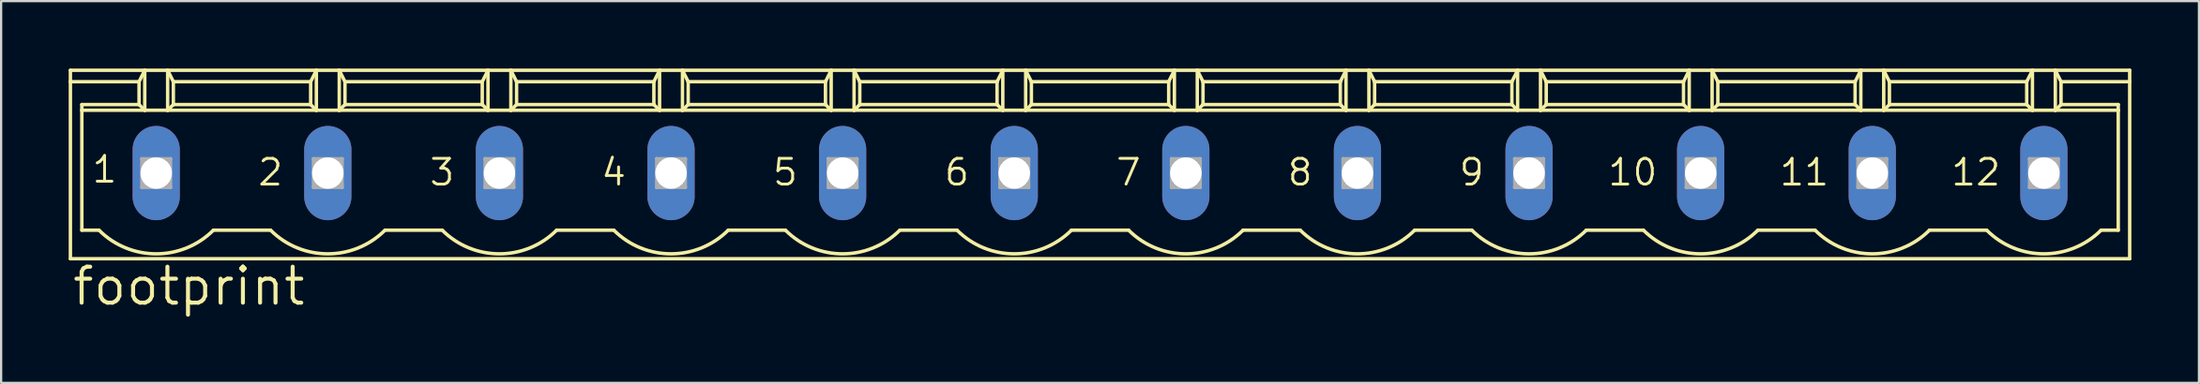
<source format=kicad_pcb>
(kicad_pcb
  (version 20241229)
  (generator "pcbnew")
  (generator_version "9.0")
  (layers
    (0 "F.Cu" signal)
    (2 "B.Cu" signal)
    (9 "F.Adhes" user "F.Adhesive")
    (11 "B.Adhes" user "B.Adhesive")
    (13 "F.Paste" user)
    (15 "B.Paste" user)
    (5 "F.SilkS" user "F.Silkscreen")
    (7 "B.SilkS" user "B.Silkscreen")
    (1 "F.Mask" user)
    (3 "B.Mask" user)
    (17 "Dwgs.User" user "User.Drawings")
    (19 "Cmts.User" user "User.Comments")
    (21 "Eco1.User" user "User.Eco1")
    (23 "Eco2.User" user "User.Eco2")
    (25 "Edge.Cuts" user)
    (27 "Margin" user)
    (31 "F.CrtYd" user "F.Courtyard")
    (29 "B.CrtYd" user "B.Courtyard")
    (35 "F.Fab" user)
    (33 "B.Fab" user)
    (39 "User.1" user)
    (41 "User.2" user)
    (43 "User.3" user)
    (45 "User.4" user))
  (footprint "footprint"
    (layer "F.Cu")
    (at 45.796 4.648)
    (property "Reference" "footprint" (at -45.72 5.969 0) (layer "F.SilkS") (effects (font (size 1.6 1.6) (thickness 0.178)) (justify left bottom)))
    (fp_line (start -45.72 -4.572) (end -42.418 -4.572) (stroke (width 0.152) (type solid)) (layer "F.SilkS"))
    (fp_line (start -45.72 -4.064) (end -45.72 -4.572) (stroke (width 0.152) (type solid)) (layer "F.SilkS"))
    (fp_line (start -45.72 -4.064) (end -42.672 -4.064) (stroke (width 0.152) (type solid)) (layer "F.SilkS"))
    (fp_line (start -45.72 3.81) (end -45.72 -4.064) (stroke (width 0.152) (type solid)) (layer "F.SilkS"))
    (fp_line (start -45.212 -3.048) (end -42.672 -3.048) (stroke (width 0.152) (type solid)) (layer "F.SilkS"))
    (fp_line (start -45.212 -2.794) (end -45.212 -3.048) (stroke (width 0.152) (type solid)) (layer "F.SilkS"))
    (fp_line (start -45.212 -2.794) (end -42.418 -2.794) (stroke (width 0.152) (type solid)) (layer "F.SilkS"))
    (fp_line (start -45.212 2.54) (end -45.212 -2.794) (stroke (width 0.152) (type solid)) (layer "F.SilkS"))
    (fp_line (start -44.45 2.54) (end -45.212 2.54) (stroke (width 0.152) (type solid)) (layer "F.SilkS"))
    (fp_line (start -42.672 -4.064) (end -42.418 -4.572) (stroke (width 0.152) (type solid)) (layer "F.SilkS"))
    (fp_line (start -42.672 -3.048) (end -42.672 -4.064) (stroke (width 0.152) (type solid)) (layer "F.SilkS"))
    (fp_line (start -42.672 -3.048) (end -42.418 -2.794) (stroke (width 0.152) (type solid)) (layer "F.SilkS"))
    (fp_line (start -42.418 -4.572) (end -41.402 -4.572) (stroke (width 0.152) (type solid)) (layer "F.SilkS"))
    (fp_line (start -42.418 -2.794) (end -42.418 -4.572) (stroke (width 0.152) (type solid)) (layer "F.SilkS"))
    (fp_line (start -42.418 -2.794) (end -41.402 -2.794) (stroke (width 0.152) (type solid)) (layer "F.SilkS"))
    (fp_line (start -41.402 -4.572) (end -41.148 -4.064) (stroke (width 0.152) (type solid)) (layer "F.SilkS"))
    (fp_line (start -41.402 -4.572) (end -34.798 -4.572) (stroke (width 0.152) (type solid)) (layer "F.SilkS"))
    (fp_line (start -41.402 -2.794) (end -41.402 -4.572) (stroke (width 0.152) (type solid)) (layer "F.SilkS"))
    (fp_line (start -41.402 -2.794) (end -34.798 -2.794) (stroke (width 0.152) (type solid)) (layer "F.SilkS"))
    (fp_line (start -41.148 -4.064) (end -41.148 -3.048) (stroke (width 0.152) (type solid)) (layer "F.SilkS"))
    (fp_line (start -41.148 -4.064) (end -35.052 -4.064) (stroke (width 0.152) (type solid)) (layer "F.SilkS"))
    (fp_line (start -41.148 -3.048) (end -41.402 -2.794) (stroke (width 0.152) (type solid)) (layer "F.SilkS"))
    (fp_line (start -36.83 2.54) (end -39.37 2.54) (stroke (width 0.152) (type solid)) (layer "F.SilkS"))
    (fp_line (start -35.052 -4.064) (end -35.052 -3.048) (stroke (width 0.152) (type solid)) (layer "F.SilkS"))
    (fp_line (start -35.052 -4.064) (end -34.798 -4.572) (stroke (width 0.152) (type solid)) (layer "F.SilkS"))
    (fp_line (start -35.052 -3.048) (end -41.148 -3.048) (stroke (width 0.152) (type solid)) (layer "F.SilkS"))
    (fp_line (start -35.052 -3.048) (end -34.798 -2.794) (stroke (width 0.152) (type solid)) (layer "F.SilkS"))
    (fp_line (start -34.798 -4.572) (end -33.782 -4.572) (stroke (width 0.152) (type solid)) (layer "F.SilkS"))
    (fp_line (start -34.798 -2.794) (end -34.798 -4.572) (stroke (width 0.152) (type solid)) (layer "F.SilkS"))
    (fp_line (start -34.798 -2.794) (end -33.782 -2.794) (stroke (width 0.152) (type solid)) (layer "F.SilkS"))
    (fp_line (start -33.782 -4.572) (end -33.528 -4.064) (stroke (width 0.152) (type solid)) (layer "F.SilkS"))
    (fp_line (start -33.782 -4.572) (end -27.178 -4.572) (stroke (width 0.152) (type solid)) (layer "F.SilkS"))
    (fp_line (start -33.782 -2.794) (end -33.782 -4.572) (stroke (width 0.152) (type solid)) (layer "F.SilkS"))
    (fp_line (start -33.782 -2.794) (end -27.178 -2.794) (stroke (width 0.152) (type solid)) (layer "F.SilkS"))
    (fp_line (start -33.528 -4.064) (end -33.528 -3.048) (stroke (width 0.152) (type solid)) (layer "F.SilkS"))
    (fp_line (start -33.528 -4.064) (end -27.432 -4.064) (stroke (width 0.152) (type solid)) (layer "F.SilkS"))
    (fp_line (start -33.528 -3.048) (end -33.782 -2.794) (stroke (width 0.152) (type solid)) (layer "F.SilkS"))
    (fp_line (start -33.528 -3.048) (end -27.432 -3.048) (stroke (width 0.152) (type solid)) (layer "F.SilkS"))
    (fp_line (start -29.21 2.54) (end -31.75 2.54) (stroke (width 0.152) (type solid)) (layer "F.SilkS"))
    (fp_line (start -27.432 -4.064) (end -27.178 -4.572) (stroke (width 0.152) (type solid)) (layer "F.SilkS"))
    (fp_line (start -27.432 -3.048) (end -27.432 -4.064) (stroke (width 0.152) (type solid)) (layer "F.SilkS"))
    (fp_line (start -27.432 -3.048) (end -27.178 -2.794) (stroke (width 0.152) (type solid)) (layer "F.SilkS"))
    (fp_line (start -27.178 -4.572) (end -26.162 -4.572) (stroke (width 0.152) (type solid)) (layer "F.SilkS"))
    (fp_line (start -27.178 -2.794) (end -27.178 -4.572) (stroke (width 0.152) (type solid)) (layer "F.SilkS"))
    (fp_line (start -27.178 -2.794) (end -26.162 -2.794) (stroke (width 0.152) (type solid)) (layer "F.SilkS"))
    (fp_line (start -26.162 -4.572) (end -25.908 -4.064) (stroke (width 0.152) (type solid)) (layer "F.SilkS"))
    (fp_line (start -26.162 -4.572) (end -19.558 -4.572) (stroke (width 0.152) (type solid)) (layer "F.SilkS"))
    (fp_line (start -26.162 -2.794) (end -26.162 -4.572) (stroke (width 0.152) (type solid)) (layer "F.SilkS"))
    (fp_line (start -26.162 -2.794) (end -19.558 -2.794) (stroke (width 0.152) (type solid)) (layer "F.SilkS"))
    (fp_line (start -25.908 -4.064) (end -25.908 -3.048) (stroke (width 0.152) (type solid)) (layer "F.SilkS"))
    (fp_line (start -25.908 -4.064) (end -19.812 -4.064) (stroke (width 0.152) (type solid)) (layer "F.SilkS"))
    (fp_line (start -25.908 -3.048) (end -26.162 -2.794) (stroke (width 0.152) (type solid)) (layer "F.SilkS"))
    (fp_line (start -21.59 2.54) (end -24.13 2.54) (stroke (width 0.152) (type solid)) (layer "F.SilkS"))
    (fp_line (start -19.812 -4.064) (end -19.812 -3.048) (stroke (width 0.152) (type solid)) (layer "F.SilkS"))
    (fp_line (start -19.812 -4.064) (end -19.558 -4.572) (stroke (width 0.152) (type solid)) (layer "F.SilkS"))
    (fp_line (start -19.812 -3.048) (end -25.908 -3.048) (stroke (width 0.152) (type solid)) (layer "F.SilkS"))
    (fp_line (start -19.812 -3.048) (end -19.558 -2.794) (stroke (width 0.152) (type solid)) (layer "F.SilkS"))
    (fp_line (start -19.558 -4.572) (end -18.542 -4.572) (stroke (width 0.152) (type solid)) (layer "F.SilkS"))
    (fp_line (start -19.558 -2.794) (end -19.558 -4.572) (stroke (width 0.152) (type solid)) (layer "F.SilkS"))
    (fp_line (start -19.558 -2.794) (end -18.542 -2.794) (stroke (width 0.152) (type solid)) (layer "F.SilkS"))
    (fp_line (start -18.542 -4.572) (end -18.288 -4.064) (stroke (width 0.152) (type solid)) (layer "F.SilkS"))
    (fp_line (start -18.542 -4.572) (end -11.938 -4.572) (stroke (width 0.152) (type solid)) (layer "F.SilkS"))
    (fp_line (start -18.542 -2.794) (end -18.542 -4.572) (stroke (width 0.152) (type solid)) (layer "F.SilkS"))
    (fp_line (start -18.542 -2.794) (end -11.938 -2.794) (stroke (width 0.152) (type solid)) (layer "F.SilkS"))
    (fp_line (start -18.288 -4.064) (end -18.288 -3.048) (stroke (width 0.152) (type solid)) (layer "F.SilkS"))
    (fp_line (start -18.288 -4.064) (end -12.192 -4.064) (stroke (width 0.152) (type solid)) (layer "F.SilkS"))
    (fp_line (start -18.288 -3.048) (end -18.542 -2.794) (stroke (width 0.152) (type solid)) (layer "F.SilkS"))
    (fp_line (start -18.288 -3.048) (end -12.192 -3.048) (stroke (width 0.152) (type solid)) (layer "F.SilkS"))
    (fp_line (start -13.97 2.54) (end -16.51 2.54) (stroke (width 0.152) (type solid)) (layer "F.SilkS"))
    (fp_line (start -12.192 -4.064) (end -12.192 -3.048) (stroke (width 0.152) (type solid)) (layer "F.SilkS"))
    (fp_line (start -12.192 -4.064) (end -11.938 -4.572) (stroke (width 0.152) (type solid)) (layer "F.SilkS"))
    (fp_line (start -12.192 -3.048) (end -11.938 -2.794) (stroke (width 0.152) (type solid)) (layer "F.SilkS"))
    (fp_line (start -11.938 -4.572) (end -10.922 -4.572) (stroke (width 0.152) (type solid)) (layer "F.SilkS"))
    (fp_line (start -11.938 -2.794) (end -11.938 -4.572) (stroke (width 0.152) (type solid)) (layer "F.SilkS"))
    (fp_line (start -11.938 -2.794) (end -10.922 -2.794) (stroke (width 0.152) (type solid)) (layer "F.SilkS"))
    (fp_line (start -10.922 -4.572) (end -10.668 -4.064) (stroke (width 0.152) (type solid)) (layer "F.SilkS"))
    (fp_line (start -10.922 -4.572) (end -4.318 -4.572) (stroke (width 0.152) (type solid)) (layer "F.SilkS"))
    (fp_line (start -10.922 -2.794) (end -10.922 -4.572) (stroke (width 0.152) (type solid)) (layer "F.SilkS"))
    (fp_line (start -10.922 -2.794) (end -4.318 -2.794) (stroke (width 0.152) (type solid)) (layer "F.SilkS"))
    (fp_line (start -10.668 -4.064) (end -10.668 -3.048) (stroke (width 0.152) (type solid)) (layer "F.SilkS"))
    (fp_line (start -10.668 -4.064) (end -4.572 -4.064) (stroke (width 0.152) (type solid)) (layer "F.SilkS"))
    (fp_line (start -10.668 -3.048) (end -10.922 -2.794) (stroke (width 0.152) (type solid)) (layer "F.SilkS"))
    (fp_line (start -10.668 -3.048) (end -4.572 -3.048) (stroke (width 0.152) (type solid)) (layer "F.SilkS"))
    (fp_line (start -6.35 2.54) (end -8.89 2.54) (stroke (width 0.152) (type solid)) (layer "F.SilkS"))
    (fp_line (start -4.572 -4.064) (end -4.572 -3.048) (stroke (width 0.152) (type solid)) (layer "F.SilkS"))
    (fp_line (start -4.572 -4.064) (end -4.318 -4.572) (stroke (width 0.152) (type solid)) (layer "F.SilkS"))
    (fp_line (start -4.572 -3.048) (end -4.318 -2.794) (stroke (width 0.152) (type solid)) (layer "F.SilkS"))
    (fp_line (start -4.318 -4.572) (end -3.302 -4.572) (stroke (width 0.152) (type solid)) (layer "F.SilkS"))
    (fp_line (start -4.318 -2.794) (end -4.318 -4.572) (stroke (width 0.152) (type solid)) (layer "F.SilkS"))
    (fp_line (start -4.318 -2.794) (end -3.302 -2.794) (stroke (width 0.152) (type solid)) (layer "F.SilkS"))
    (fp_line (start -3.302 -4.572) (end -3.048 -4.064) (stroke (width 0.152) (type solid)) (layer "F.SilkS"))
    (fp_line (start -3.302 -4.572) (end 3.302 -4.572) (stroke (width 0.152) (type solid)) (layer "F.SilkS"))
    (fp_line (start -3.302 -2.794) (end -3.302 -4.572) (stroke (width 0.152) (type solid)) (layer "F.SilkS"))
    (fp_line (start -3.302 -2.794) (end 3.302 -2.794) (stroke (width 0.152) (type solid)) (layer "F.SilkS"))
    (fp_line (start -3.048 -4.064) (end -3.048 -3.048) (stroke (width 0.152) (type solid)) (layer "F.SilkS"))
    (fp_line (start -3.048 -4.064) (end 3.048 -4.064) (stroke (width 0.152) (type solid)) (layer "F.SilkS"))
    (fp_line (start -3.048 -3.048) (end -3.302 -2.794) (stroke (width 0.152) (type solid)) (layer "F.SilkS"))
    (fp_line (start -3.048 -3.048) (end 3.048 -3.048) (stroke (width 0.152) (type solid)) (layer "F.SilkS"))
    (fp_line (start 1.27 2.54) (end -1.27 2.54) (stroke (width 0.152) (type solid)) (layer "F.SilkS"))
    (fp_line (start 3.048 -4.064) (end 3.048 -3.048) (stroke (width 0.152) (type solid)) (layer "F.SilkS"))
    (fp_line (start 3.048 -4.064) (end 3.302 -4.572) (stroke (width 0.152) (type solid)) (layer "F.SilkS"))
    (fp_line (start 3.048 -3.048) (end 3.302 -2.794) (stroke (width 0.152) (type solid)) (layer "F.SilkS"))
    (fp_line (start 3.302 -4.572) (end 4.318 -4.572) (stroke (width 0.152) (type solid)) (layer "F.SilkS"))
    (fp_line (start 3.302 -2.794) (end 3.302 -4.572) (stroke (width 0.152) (type solid)) (layer "F.SilkS"))
    (fp_line (start 3.302 -2.794) (end 4.318 -2.794) (stroke (width 0.152) (type solid)) (layer "F.SilkS"))
    (fp_line (start 4.318 -4.572) (end 4.572 -4.064) (stroke (width 0.152) (type solid)) (layer "F.SilkS"))
    (fp_line (start 4.318 -4.572) (end 10.922 -4.572) (stroke (width 0.152) (type solid)) (layer "F.SilkS"))
    (fp_line (start 4.318 -2.794) (end 4.318 -4.572) (stroke (width 0.152) (type solid)) (layer "F.SilkS"))
    (fp_line (start 4.318 -2.794) (end 10.922 -2.794) (stroke (width 0.152) (type solid)) (layer "F.SilkS"))
    (fp_line (start 4.572 -4.064) (end 4.572 -3.048) (stroke (width 0.152) (type solid)) (layer "F.SilkS"))
    (fp_line (start 4.572 -4.064) (end 10.668 -4.064) (stroke (width 0.152) (type solid)) (layer "F.SilkS"))
    (fp_line (start 4.572 -3.048) (end 4.318 -2.794) (stroke (width 0.152) (type solid)) (layer "F.SilkS"))
    (fp_line (start 4.572 -3.048) (end 10.668 -3.048) (stroke (width 0.152) (type solid)) (layer "F.SilkS"))
    (fp_line (start 8.89 2.54) (end 6.35 2.54) (stroke (width 0.152) (type solid)) (layer "F.SilkS"))
    (fp_line (start 10.668 -4.064) (end 10.668 -3.048) (stroke (width 0.152) (type solid)) (layer "F.SilkS"))
    (fp_line (start 10.668 -4.064) (end 10.922 -4.572) (stroke (width 0.152) (type solid)) (layer "F.SilkS"))
    (fp_line (start 10.668 -3.048) (end 10.922 -2.794) (stroke (width 0.152) (type solid)) (layer "F.SilkS"))
    (fp_line (start 10.922 -4.572) (end 11.938 -4.572) (stroke (width 0.152) (type solid)) (layer "F.SilkS"))
    (fp_line (start 10.922 -2.794) (end 10.922 -4.572) (stroke (width 0.152) (type solid)) (layer "F.SilkS"))
    (fp_line (start 10.922 -2.794) (end 11.938 -2.794) (stroke (width 0.152) (type solid)) (layer "F.SilkS"))
    (fp_line (start 11.938 -4.572) (end 12.192 -4.064) (stroke (width 0.152) (type solid)) (layer "F.SilkS"))
    (fp_line (start 11.938 -4.572) (end 18.542 -4.572) (stroke (width 0.152) (type solid)) (layer "F.SilkS"))
    (fp_line (start 11.938 -2.794) (end 11.938 -4.572) (stroke (width 0.152) (type solid)) (layer "F.SilkS"))
    (fp_line (start 11.938 -2.794) (end 18.542 -2.794) (stroke (width 0.152) (type solid)) (layer "F.SilkS"))
    (fp_line (start 12.192 -4.064) (end 12.192 -3.048) (stroke (width 0.152) (type solid)) (layer "F.SilkS"))
    (fp_line (start 12.192 -4.064) (end 18.288 -4.064) (stroke (width 0.152) (type solid)) (layer "F.SilkS"))
    (fp_line (start 12.192 -3.048) (end 11.938 -2.794) (stroke (width 0.152) (type solid)) (layer "F.SilkS"))
    (fp_line (start 12.192 -3.048) (end 18.288 -3.048) (stroke (width 0.152) (type solid)) (layer "F.SilkS"))
    (fp_line (start 16.51 2.54) (end 13.97 2.54) (stroke (width 0.152) (type solid)) (layer "F.SilkS"))
    (fp_line (start 18.288 -4.064) (end 18.288 -3.048) (stroke (width 0.152) (type solid)) (layer "F.SilkS"))
    (fp_line (start 18.288 -4.064) (end 18.542 -4.572) (stroke (width 0.152) (type solid)) (layer "F.SilkS"))
    (fp_line (start 18.288 -3.048) (end 18.542 -2.794) (stroke (width 0.152) (type solid)) (layer "F.SilkS"))
    (fp_line (start 18.542 -4.572) (end 19.558 -4.572) (stroke (width 0.152) (type solid)) (layer "F.SilkS"))
    (fp_line (start 18.542 -2.794) (end 18.542 -4.572) (stroke (width 0.152) (type solid)) (layer "F.SilkS"))
    (fp_line (start 18.542 -2.794) (end 19.558 -2.794) (stroke (width 0.152) (type solid)) (layer "F.SilkS"))
    (fp_line (start 19.558 -4.572) (end 19.812 -4.064) (stroke (width 0.152) (type solid)) (layer "F.SilkS"))
    (fp_line (start 19.558 -4.572) (end 26.162 -4.572) (stroke (width 0.152) (type solid)) (layer "F.SilkS"))
    (fp_line (start 19.558 -2.794) (end 19.558 -4.572) (stroke (width 0.152) (type solid)) (layer "F.SilkS"))
    (fp_line (start 19.558 -2.794) (end 26.162 -2.794) (stroke (width 0.152) (type solid)) (layer "F.SilkS"))
    (fp_line (start 19.812 -4.064) (end 19.812 -3.048) (stroke (width 0.152) (type solid)) (layer "F.SilkS"))
    (fp_line (start 19.812 -4.064) (end 25.908 -4.064) (stroke (width 0.152) (type solid)) (layer "F.SilkS"))
    (fp_line (start 19.812 -3.048) (end 19.558 -2.794) (stroke (width 0.152) (type solid)) (layer "F.SilkS"))
    (fp_line (start 19.812 -3.048) (end 25.908 -3.048) (stroke (width 0.152) (type solid)) (layer "F.SilkS"))
    (fp_line (start 24.13 2.54) (end 21.59 2.54) (stroke (width 0.152) (type solid)) (layer "F.SilkS"))
    (fp_line (start 25.908 -4.064) (end 25.908 -3.048) (stroke (width 0.152) (type solid)) (layer "F.SilkS"))
    (fp_line (start 25.908 -4.064) (end 26.162 -4.572) (stroke (width 0.152) (type solid)) (layer "F.SilkS"))
    (fp_line (start 25.908 -3.048) (end 26.162 -2.794) (stroke (width 0.152) (type solid)) (layer "F.SilkS"))
    (fp_line (start 26.162 -4.572) (end 27.178 -4.572) (stroke (width 0.152) (type solid)) (layer "F.SilkS"))
    (fp_line (start 26.162 -2.794) (end 26.162 -4.572) (stroke (width 0.152) (type solid)) (layer "F.SilkS"))
    (fp_line (start 26.162 -2.794) (end 27.178 -2.794) (stroke (width 0.152) (type solid)) (layer "F.SilkS"))
    (fp_line (start 27.178 -4.572) (end 27.432 -4.064) (stroke (width 0.152) (type solid)) (layer "F.SilkS"))
    (fp_line (start 27.178 -4.572) (end 33.782 -4.572) (stroke (width 0.152) (type solid)) (layer "F.SilkS"))
    (fp_line (start 27.178 -2.794) (end 27.178 -4.572) (stroke (width 0.152) (type solid)) (layer "F.SilkS"))
    (fp_line (start 27.178 -2.794) (end 33.782 -2.794) (stroke (width 0.152) (type solid)) (layer "F.SilkS"))
    (fp_line (start 27.432 -4.064) (end 27.432 -3.048) (stroke (width 0.152) (type solid)) (layer "F.SilkS"))
    (fp_line (start 27.432 -4.064) (end 33.528 -4.064) (stroke (width 0.152) (type solid)) (layer "F.SilkS"))
    (fp_line (start 27.432 -3.048) (end 27.178 -2.794) (stroke (width 0.152) (type solid)) (layer "F.SilkS"))
    (fp_line (start 27.432 -3.048) (end 33.528 -3.048) (stroke (width 0.152) (type solid)) (layer "F.SilkS"))
    (fp_line (start 31.75 2.54) (end 29.21 2.54) (stroke (width 0.152) (type solid)) (layer "F.SilkS"))
    (fp_line (start 33.528 -4.064) (end 33.528 -3.048) (stroke (width 0.152) (type solid)) (layer "F.SilkS"))
    (fp_line (start 33.528 -4.064) (end 33.782 -4.572) (stroke (width 0.152) (type solid)) (layer "F.SilkS"))
    (fp_line (start 33.528 -3.048) (end 33.782 -2.794) (stroke (width 0.152) (type solid)) (layer "F.SilkS"))
    (fp_line (start 33.782 -4.572) (end 34.798 -4.572) (stroke (width 0.152) (type solid)) (layer "F.SilkS"))
    (fp_line (start 33.782 -2.794) (end 33.782 -4.572) (stroke (width 0.152) (type solid)) (layer "F.SilkS"))
    (fp_line (start 33.782 -2.794) (end 34.798 -2.794) (stroke (width 0.152) (type solid)) (layer "F.SilkS"))
    (fp_line (start 34.798 -4.572) (end 35.052 -4.064) (stroke (width 0.152) (type solid)) (layer "F.SilkS"))
    (fp_line (start 34.798 -4.572) (end 41.402 -4.572) (stroke (width 0.152) (type solid)) (layer "F.SilkS"))
    (fp_line (start 34.798 -2.794) (end 34.798 -4.572) (stroke (width 0.152) (type solid)) (layer "F.SilkS"))
    (fp_line (start 34.798 -2.794) (end 41.402 -2.794) (stroke (width 0.152) (type solid)) (layer "F.SilkS"))
    (fp_line (start 35.052 -4.064) (end 35.052 -3.048) (stroke (width 0.152) (type solid)) (layer "F.SilkS"))
    (fp_line (start 35.052 -4.064) (end 41.148 -4.064) (stroke (width 0.152) (type solid)) (layer "F.SilkS"))
    (fp_line (start 35.052 -3.048) (end 34.798 -2.794) (stroke (width 0.152) (type solid)) (layer "F.SilkS"))
    (fp_line (start 35.052 -3.048) (end 41.148 -3.048) (stroke (width 0.152) (type solid)) (layer "F.SilkS"))
    (fp_line (start 39.37 2.54) (end 36.83 2.54) (stroke (width 0.152) (type solid)) (layer "F.SilkS"))
    (fp_line (start 41.148 -4.064) (end 41.148 -3.048) (stroke (width 0.152) (type solid)) (layer "F.SilkS"))
    (fp_line (start 41.148 -4.064) (end 41.402 -4.572) (stroke (width 0.152) (type solid)) (layer "F.SilkS"))
    (fp_line (start 41.148 -3.048) (end 41.402 -2.794) (stroke (width 0.152) (type solid)) (layer "F.SilkS"))
    (fp_line (start 41.402 -4.572) (end 42.418 -4.572) (stroke (width 0.152) (type solid)) (layer "F.SilkS"))
    (fp_line (start 41.402 -2.794) (end 41.402 -4.572) (stroke (width 0.152) (type solid)) (layer "F.SilkS"))
    (fp_line (start 41.402 -2.794) (end 42.418 -2.794) (stroke (width 0.152) (type solid)) (layer "F.SilkS"))
    (fp_line (start 42.418 -4.572) (end 42.672 -4.064) (stroke (width 0.152) (type solid)) (layer "F.SilkS"))
    (fp_line (start 42.418 -4.572) (end 45.72 -4.572) (stroke (width 0.152) (type solid)) (layer "F.SilkS"))
    (fp_line (start 42.418 -2.794) (end 42.418 -4.572) (stroke (width 0.152) (type solid)) (layer "F.SilkS"))
    (fp_line (start 42.418 -2.794) (end 45.212 -2.794) (stroke (width 0.152) (type solid)) (layer "F.SilkS"))
    (fp_line (start 42.672 -4.064) (end 42.672 -3.048) (stroke (width 0.152) (type solid)) (layer "F.SilkS"))
    (fp_line (start 42.672 -4.064) (end 45.72 -4.064) (stroke (width 0.152) (type solid)) (layer "F.SilkS"))
    (fp_line (start 42.672 -3.048) (end 42.418 -2.794) (stroke (width 0.152) (type solid)) (layer "F.SilkS"))
    (fp_line (start 42.672 -3.048) (end 45.212 -3.048) (stroke (width 0.152) (type solid)) (layer "F.SilkS"))
    (fp_line (start 45.212 -3.048) (end 45.212 -2.794) (stroke (width 0.152) (type solid)) (layer "F.SilkS"))
    (fp_line (start 45.212 -2.794) (end 45.212 2.54) (stroke (width 0.152) (type solid)) (layer "F.SilkS"))
    (fp_line (start 45.212 2.54) (end 44.45 2.54) (stroke (width 0.152) (type solid)) (layer "F.SilkS"))
    (fp_line (start 45.72 -4.064) (end 45.72 -4.572) (stroke (width 0.152) (type solid)) (layer "F.SilkS"))
    (fp_line (start 45.72 3.81) (end -45.72 3.81) (stroke (width 0.152) (type solid)) (layer "F.SilkS"))
    (fp_line (start 45.72 3.81) (end 45.72 -4.064) (stroke (width 0.152) (type solid)) (layer "F.SilkS"))
    (fp_arc (start -39.37 2.54) (mid -41.91 3.592102) (end -44.45 2.54) (stroke (width 0.1524) (type solid)) (layer "F.SilkS"))
    (fp_arc (start -31.75 2.54) (mid -34.29 3.592102) (end -36.83 2.54) (stroke (width 0.1524) (type solid)) (layer "F.SilkS"))
    (fp_arc (start -24.13 2.54) (mid -26.67 3.592102) (end -29.21 2.54) (stroke (width 0.1524) (type solid)) (layer "F.SilkS"))
    (fp_arc (start -16.51 2.54) (mid -19.05 3.592102) (end -21.59 2.54) (stroke (width 0.1524) (type solid)) (layer "F.SilkS"))
    (fp_arc (start -8.89 2.54) (mid -11.43 3.592102) (end -13.97 2.54) (stroke (width 0.1524) (type solid)) (layer "F.SilkS"))
    (fp_arc (start -1.27 2.54) (mid -3.81 3.592102) (end -6.35 2.54) (stroke (width 0.1524) (type solid)) (layer "F.SilkS"))
    (fp_arc (start 6.35 2.54) (mid 3.81 3.592102) (end 1.27 2.54) (stroke (width 0.1524) (type solid)) (layer "F.SilkS"))
    (fp_arc (start 13.97 2.54) (mid 11.43 3.592102) (end 8.89 2.54) (stroke (width 0.1524) (type solid)) (layer "F.SilkS"))
    (fp_arc (start 21.59 2.54) (mid 19.05 3.592102) (end 16.51 2.54) (stroke (width 0.1524) (type solid)) (layer "F.SilkS"))
    (fp_arc (start 29.21 2.54) (mid 26.67 3.592102) (end 24.13 2.54) (stroke (width 0.1524) (type solid)) (layer "F.SilkS"))
    (fp_arc (start 36.83 2.54) (mid 34.29 3.592102) (end 31.75 2.54) (stroke (width 0.1524) (type solid)) (layer "F.SilkS"))
    (fp_arc (start 44.45 2.54) (mid 41.91 3.592102) (end 39.37 2.54) (stroke (width 0.1524) (type solid)) (layer "F.SilkS"))
    (fp_line (start -42.545 -0.635) (end -42.545 0.635) (stroke (width 0.152) (type solid)) (layer "F.Fab"))
    (fp_line (start -42.545 -0.635) (end -41.275 0.635) (stroke (width 0.152) (type solid)) (layer "F.Fab"))
    (fp_line (start -42.545 0.635) (end -41.275 -0.635) (stroke (width 0.152) (type solid)) (layer "F.Fab"))
    (fp_line (start -42.545 0.635) (end -41.275 0.635) (stroke (width 0.152) (type solid)) (layer "F.Fab"))
    (fp_line (start -41.275 -0.635) (end -42.545 -0.635) (stroke (width 0.152) (type solid)) (layer "F.Fab"))
    (fp_line (start -41.275 0.635) (end -41.275 -0.635) (stroke (width 0.152) (type solid)) (layer "F.Fab"))
    (fp_line (start -34.925 -0.635) (end -34.925 0.635) (stroke (width 0.152) (type solid)) (layer "F.Fab"))
    (fp_line (start -34.925 -0.635) (end -33.655 0.635) (stroke (width 0.152) (type solid)) (layer "F.Fab"))
    (fp_line (start -34.925 0.635) (end -33.655 -0.635) (stroke (width 0.152) (type solid)) (layer "F.Fab"))
    (fp_line (start -34.925 0.635) (end -33.655 0.635) (stroke (width 0.152) (type solid)) (layer "F.Fab"))
    (fp_line (start -33.655 -0.635) (end -34.925 -0.635) (stroke (width 0.152) (type solid)) (layer "F.Fab"))
    (fp_line (start -33.655 0.635) (end -33.655 -0.635) (stroke (width 0.152) (type solid)) (layer "F.Fab"))
    (fp_line (start -27.305 -0.635) (end -27.305 0.635) (stroke (width 0.152) (type solid)) (layer "F.Fab"))
    (fp_line (start -27.305 -0.635) (end -26.035 0.635) (stroke (width 0.152) (type solid)) (layer "F.Fab"))
    (fp_line (start -27.305 0.635) (end -26.035 -0.635) (stroke (width 0.152) (type solid)) (layer "F.Fab"))
    (fp_line (start -27.305 0.635) (end -26.035 0.635) (stroke (width 0.152) (type solid)) (layer "F.Fab"))
    (fp_line (start -26.035 -0.635) (end -27.305 -0.635) (stroke (width 0.152) (type solid)) (layer "F.Fab"))
    (fp_line (start -26.035 0.635) (end -26.035 -0.635) (stroke (width 0.152) (type solid)) (layer "F.Fab"))
    (fp_line (start -19.685 -0.635) (end -19.685 0.635) (stroke (width 0.152) (type solid)) (layer "F.Fab"))
    (fp_line (start -19.685 -0.635) (end -18.415 0.635) (stroke (width 0.152) (type solid)) (layer "F.Fab"))
    (fp_line (start -19.685 0.635) (end -18.415 -0.635) (stroke (width 0.152) (type solid)) (layer "F.Fab"))
    (fp_line (start -19.685 0.635) (end -18.415 0.635) (stroke (width 0.152) (type solid)) (layer "F.Fab"))
    (fp_line (start -18.415 -0.635) (end -19.685 -0.635) (stroke (width 0.152) (type solid)) (layer "F.Fab"))
    (fp_line (start -18.415 0.635) (end -18.415 -0.635) (stroke (width 0.152) (type solid)) (layer "F.Fab"))
    (fp_line (start -12.065 -0.635) (end -12.065 0.635) (stroke (width 0.152) (type solid)) (layer "F.Fab"))
    (fp_line (start -12.065 -0.635) (end -10.795 0.635) (stroke (width 0.152) (type solid)) (layer "F.Fab"))
    (fp_line (start -12.065 0.635) (end -10.795 -0.635) (stroke (width 0.152) (type solid)) (layer "F.Fab"))
    (fp_line (start -12.065 0.635) (end -10.795 0.635) (stroke (width 0.152) (type solid)) (layer "F.Fab"))
    (fp_line (start -10.795 -0.635) (end -12.065 -0.635) (stroke (width 0.152) (type solid)) (layer "F.Fab"))
    (fp_line (start -10.795 0.635) (end -10.795 -0.635) (stroke (width 0.152) (type solid)) (layer "F.Fab"))
    (fp_line (start -4.445 -0.635) (end -4.445 0.635) (stroke (width 0.152) (type solid)) (layer "F.Fab"))
    (fp_line (start -4.445 -0.635) (end -3.175 0.635) (stroke (width 0.152) (type solid)) (layer "F.Fab"))
    (fp_line (start -4.445 0.635) (end -3.175 -0.635) (stroke (width 0.152) (type solid)) (layer "F.Fab"))
    (fp_line (start -4.445 0.635) (end -3.175 0.635) (stroke (width 0.152) (type solid)) (layer "F.Fab"))
    (fp_line (start -3.175 -0.635) (end -4.445 -0.635) (stroke (width 0.152) (type solid)) (layer "F.Fab"))
    (fp_line (start -3.175 0.635) (end -3.175 -0.635) (stroke (width 0.152) (type solid)) (layer "F.Fab"))
    (fp_line (start 3.175 -0.635) (end 3.175 0.635) (stroke (width 0.152) (type solid)) (layer "F.Fab"))
    (fp_line (start 3.175 -0.635) (end 4.445 0.635) (stroke (width 0.152) (type solid)) (layer "F.Fab"))
    (fp_line (start 3.175 0.635) (end 4.445 -0.635) (stroke (width 0.152) (type solid)) (layer "F.Fab"))
    (fp_line (start 3.175 0.635) (end 4.445 0.635) (stroke (width 0.152) (type solid)) (layer "F.Fab"))
    (fp_line (start 4.445 -0.635) (end 3.175 -0.635) (stroke (width 0.152) (type solid)) (layer "F.Fab"))
    (fp_line (start 4.445 0.635) (end 4.445 -0.635) (stroke (width 0.152) (type solid)) (layer "F.Fab"))
    (fp_line (start 10.795 -0.635) (end 10.795 0.635) (stroke (width 0.152) (type solid)) (layer "F.Fab"))
    (fp_line (start 10.795 -0.635) (end 12.065 0.635) (stroke (width 0.152) (type solid)) (layer "F.Fab"))
    (fp_line (start 10.795 0.635) (end 12.065 -0.635) (stroke (width 0.152) (type solid)) (layer "F.Fab"))
    (fp_line (start 10.795 0.635) (end 12.065 0.635) (stroke (width 0.152) (type solid)) (layer "F.Fab"))
    (fp_line (start 12.065 -0.635) (end 10.795 -0.635) (stroke (width 0.152) (type solid)) (layer "F.Fab"))
    (fp_line (start 12.065 0.635) (end 12.065 -0.635) (stroke (width 0.152) (type solid)) (layer "F.Fab"))
    (fp_line (start 18.415 -0.635) (end 18.415 0.635) (stroke (width 0.152) (type solid)) (layer "F.Fab"))
    (fp_line (start 18.415 -0.635) (end 19.685 0.635) (stroke (width 0.152) (type solid)) (layer "F.Fab"))
    (fp_line (start 18.415 0.635) (end 19.685 -0.635) (stroke (width 0.152) (type solid)) (layer "F.Fab"))
    (fp_line (start 18.415 0.635) (end 19.685 0.635) (stroke (width 0.152) (type solid)) (layer "F.Fab"))
    (fp_line (start 19.685 -0.635) (end 18.415 -0.635) (stroke (width 0.152) (type solid)) (layer "F.Fab"))
    (fp_line (start 19.685 0.635) (end 19.685 -0.635) (stroke (width 0.152) (type solid)) (layer "F.Fab"))
    (fp_line (start 26.035 -0.635) (end 26.035 0.635) (stroke (width 0.152) (type solid)) (layer "F.Fab"))
    (fp_line (start 26.035 -0.635) (end 27.305 0.635) (stroke (width 0.152) (type solid)) (layer "F.Fab"))
    (fp_line (start 26.035 0.635) (end 27.305 -0.635) (stroke (width 0.152) (type solid)) (layer "F.Fab"))
    (fp_line (start 26.035 0.635) (end 27.305 0.635) (stroke (width 0.152) (type solid)) (layer "F.Fab"))
    (fp_line (start 27.305 -0.635) (end 26.035 -0.635) (stroke (width 0.152) (type solid)) (layer "F.Fab"))
    (fp_line (start 27.305 0.635) (end 27.305 -0.635) (stroke (width 0.152) (type solid)) (layer "F.Fab"))
    (fp_line (start 33.655 -0.635) (end 33.655 0.635) (stroke (width 0.152) (type solid)) (layer "F.Fab"))
    (fp_line (start 33.655 -0.635) (end 34.925 0.635) (stroke (width 0.152) (type solid)) (layer "F.Fab"))
    (fp_line (start 33.655 0.635) (end 34.925 -0.635) (stroke (width 0.152) (type solid)) (layer "F.Fab"))
    (fp_line (start 33.655 0.635) (end 34.925 0.635) (stroke (width 0.152) (type solid)) (layer "F.Fab"))
    (fp_line (start 34.925 -0.635) (end 33.655 -0.635) (stroke (width 0.152) (type solid)) (layer "F.Fab"))
    (fp_line (start 34.925 0.635) (end 34.925 -0.635) (stroke (width 0.152) (type solid)) (layer "F.Fab"))
    (fp_line (start 41.275 -0.635) (end 41.275 0.635) (stroke (width 0.152) (type solid)) (layer "F.Fab"))
    (fp_line (start 41.275 -0.635) (end 42.545 0.635) (stroke (width 0.152) (type solid)) (layer "F.Fab"))
    (fp_line (start 41.275 0.635) (end 42.545 -0.635) (stroke (width 0.152) (type solid)) (layer "F.Fab"))
    (fp_line (start 41.275 0.635) (end 42.545 0.635) (stroke (width 0.152) (type solid)) (layer "F.Fab"))
    (fp_line (start 42.545 -0.635) (end 41.275 -0.635) (stroke (width 0.152) (type solid)) (layer "F.Fab"))
    (fp_line (start 42.545 0.635) (end 42.545 -0.635) (stroke (width 0.152) (type solid)) (layer "F.Fab"))
    (fp_text user "11" (at 30.099 0.635 0) (layer "F.SilkS") (effects (font (size 1.143 1.143) (thickness 0.127)) (justify left bottom)))
    (fp_text user "4" (at -22.225 0.635 0) (layer "F.SilkS") (effects (font (size 1.143 1.143) (thickness 0.127)) (justify left bottom)))
    (fp_text user "6" (at -6.985 0.635 0) (layer "F.SilkS") (effects (font (size 1.143 1.143) (thickness 0.127)) (justify left bottom)))
    (fp_text user "9" (at 15.875 0.635 0) (layer "F.SilkS") (effects (font (size 1.143 1.143) (thickness 0.127)) (justify left bottom)))
    (fp_text user "8" (at 8.255 0.635 0) (layer "F.SilkS") (effects (font (size 1.143 1.143) (thickness 0.127)) (justify left bottom)))
    (fp_text user "2" (at -37.465 0.635 0) (layer "F.SilkS") (effects (font (size 1.143 1.143) (thickness 0.127)) (justify left bottom)))
    (fp_text user "1" (at -44.831 0.508 0) (layer "F.SilkS") (effects (font (size 1.143 1.143) (thickness 0.127)) (justify left bottom)))
    (fp_text user "7" (at 0.635 0.635 0) (layer "F.SilkS") (effects (font (size 1.143 1.143) (thickness 0.127)) (justify left bottom)))
    (fp_text user "3" (at -29.845 0.635 0) (layer "F.SilkS") (effects (font (size 1.143 1.143) (thickness 0.127)) (justify left bottom)))
    (fp_text user "5" (at -14.605 0.635 0) (layer "F.SilkS") (effects (font (size 1.143 1.143) (thickness 0.127)) (justify left bottom)))
    (fp_text user "10" (at 22.479 0.635 0) (layer "F.SilkS") (effects (font (size 1.143 1.143) (thickness 0.127)) (justify left bottom)))
    (fp_text user "12" (at 37.719 0.635 0) (layer "F.SilkS") (effects (font (size 1.143 1.143) (thickness 0.127)) (justify left bottom)))
    (pad "1" thru_hole oval (at -41.91 0 90) (size 4.191 2.095) (drill 1.397) (layers "*.Cu" "*.Mask"))
    (pad "2" thru_hole oval (at -34.29 0 90) (size 4.191 2.095) (drill 1.397) (layers "*.Cu" "*.Mask"))
    (pad "3" thru_hole oval (at -26.67 0 90) (size 4.191 2.095) (drill 1.397) (layers "*.Cu" "*.Mask"))
    (pad "4" thru_hole oval (at -19.05 0 90) (size 4.191 2.095) (drill 1.397) (layers "*.Cu" "*.Mask"))
    (pad "5" thru_hole oval (at -11.43 0 90) (size 4.191 2.095) (drill 1.397) (layers "*.Cu" "*.Mask"))
    (pad "6" thru_hole oval (at -3.81 0 90) (size 4.191 2.095) (drill 1.397) (layers "*.Cu" "*.Mask"))
    (pad "7" thru_hole oval (at 3.81 0 90) (size 4.191 2.095) (drill 1.397) (layers "*.Cu" "*.Mask"))
    (pad "8" thru_hole oval (at 11.43 0 90) (size 4.191 2.095) (drill 1.397) (layers "*.Cu" "*.Mask"))
    (pad "9" thru_hole oval (at 19.05 0 90) (size 4.191 2.095) (drill 1.397) (layers "*.Cu" "*.Mask"))
    (pad "10" thru_hole oval (at 26.67 0 90) (size 4.191 2.095) (drill 1.397) (layers "*.Cu" "*.Mask"))
    (pad "11" thru_hole oval (at 34.29 0 90) (size 4.191 2.095) (drill 1.397) (layers "*.Cu" "*.Mask"))
    (pad "12" thru_hole oval (at 41.91 0 90) (size 4.191 2.095) (drill 1.397) (layers "*.Cu" "*.Mask")))
  (gr_rect
    (start -3 -3)
    (end 94.592 13.98)
    (stroke (width 0.1) (type default))
    (fill no)
    (layer "Edge.Cuts")))
</source>
